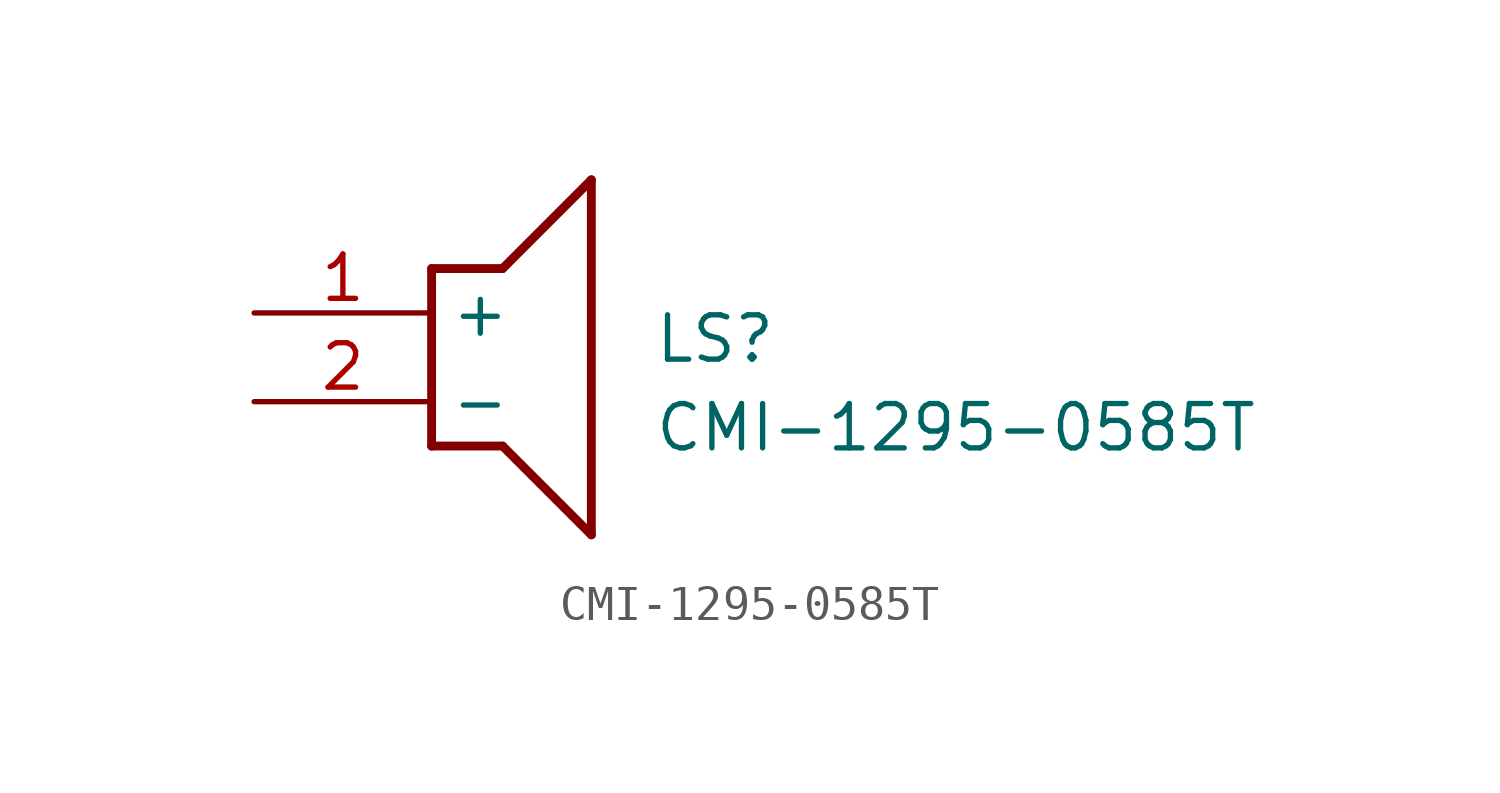
<source format=kicad_sym>
(kicad_symbol_lib
  (version 20211014)
  (generator SamacSys_ECAD_Model)
  (symbol "CMI-1295-0585T"
    (property "Reference" "LS"
      (at 11.43 0 0)
      (effects (font (size 1.27 1.27)) (justify left top)))
    (property "Value" "CMI-1295-0585T"
      (at 11.43 -2.54 0)
      (effects (font (size 1.27 1.27)) (justify left top)))
    (polyline
      (pts (xy 5.08 1.27) (xy 7.112 1.27))
      (stroke (width 0.254) (type default))
      (fill (type none)))
    (polyline
      (pts (xy 9.652 3.81) (xy 7.112 1.27))
      (stroke (width 0.254) (type default))
      (fill (type none)))
    (polyline
      (pts (xy 9.652 3.81) (xy 9.652 -6.35))
      (stroke (width 0.254) (type default))
      (fill (type none)))
    (polyline
      (pts (xy 7.112 -3.81) (xy 9.652 -6.35))
      (stroke (width 0.254) (type default))
      (fill (type none)))
    (polyline
      (pts (xy 7.112 -3.81) (xy 5.08 -3.81))
      (stroke (width 0.254) (type default))
      (fill (type none)))
    (polyline
      (pts (xy 5.08 1.27) (xy 5.08 -3.81))
      (stroke (width 0.254) (type default))
      (fill (type none)))
    (pin passive line
      (at 0 0 0)
      (length 5.08)
      (name "+" (effects (font (size 1.27 1.27))))
      (number "1" (effects (font (size 1.27 1.27)))))
    (pin passive line
      (at 0 -2.54 0)
      (length 5.08)
      (name "-" (effects (font (size 1.27 1.27))))
      (number "2" (effects (font (size 1.27 1.27)))))))
</source>
